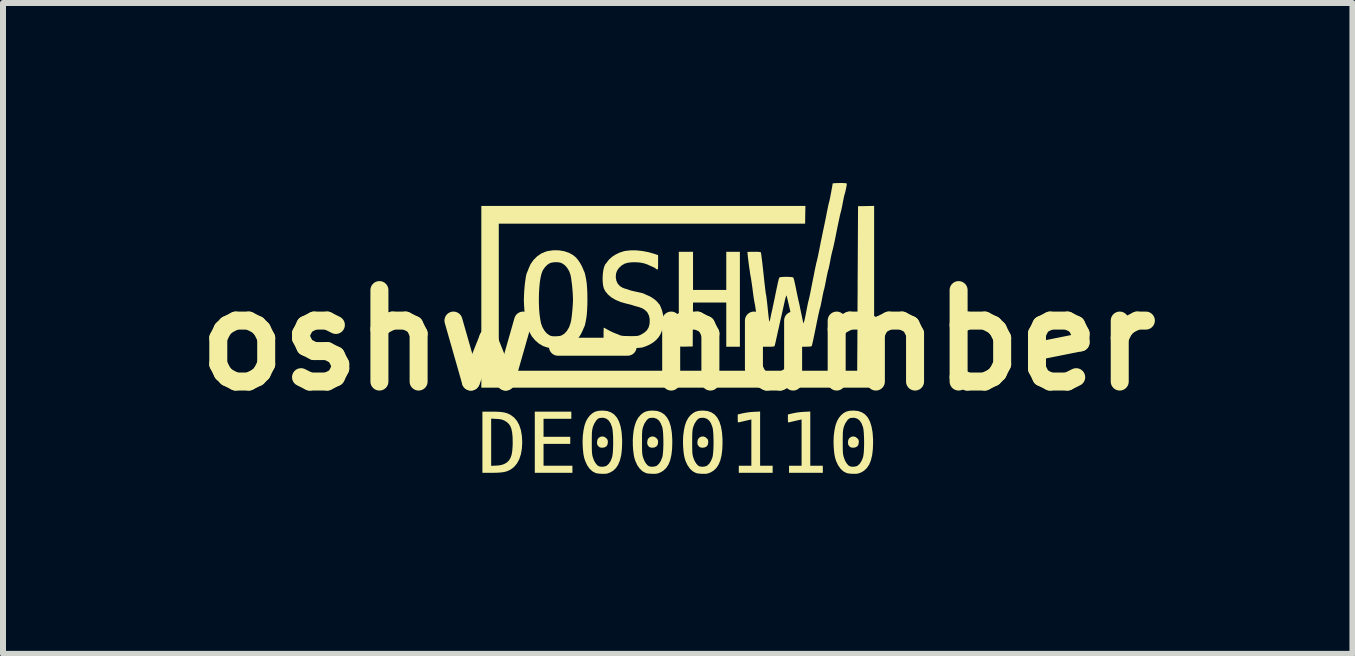
<source format=kicad_pcb>
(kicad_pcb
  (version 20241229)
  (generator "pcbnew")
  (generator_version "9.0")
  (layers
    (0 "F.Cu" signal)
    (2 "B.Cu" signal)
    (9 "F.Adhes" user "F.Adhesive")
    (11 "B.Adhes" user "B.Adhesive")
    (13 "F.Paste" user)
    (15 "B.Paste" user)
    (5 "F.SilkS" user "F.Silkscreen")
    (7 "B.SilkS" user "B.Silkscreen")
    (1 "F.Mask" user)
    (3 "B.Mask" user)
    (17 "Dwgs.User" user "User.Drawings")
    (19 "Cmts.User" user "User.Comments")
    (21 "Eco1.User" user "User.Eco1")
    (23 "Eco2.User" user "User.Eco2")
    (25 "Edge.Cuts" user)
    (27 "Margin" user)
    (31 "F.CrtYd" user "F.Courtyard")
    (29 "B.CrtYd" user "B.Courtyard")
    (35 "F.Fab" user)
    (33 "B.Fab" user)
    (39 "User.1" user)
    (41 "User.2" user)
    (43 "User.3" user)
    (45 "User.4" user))
  (footprint "oshw-number"
    (layer "F.Cu")
    (at 8.244 2.619)
    (property "Reference" "oshw-number" (at 0 0 0) (layer "F.SilkS") (effects (font (size 1.524 1.524) (thickness 0.3))))
    (attr board_only exclude_from_pos_files exclude_from_bom)
    (fp_poly (pts (xy -1.773 1.31) (xy -2.236 1.31) (xy -2.236 1.61) (xy -1.791 1.61) (xy -1.791 1.728) (xy -2.236 1.728) (xy -2.236 2.092) (xy -1.755 2.092) (xy -1.755 2.21) (xy -2.382 2.21) (xy -2.382 1.191) (xy -1.773 1.191)) (stroke (width 0) (type solid)) (fill yes) (layer "F.SilkS"))
    (fp_poly (pts (xy -1.217 1.613) (xy -1.189 1.635) (xy -1.172 1.655) (xy -1.165 1.678) (xy -1.164 1.701) (xy -1.171 1.742) (xy -1.191 1.771) (xy -1.224 1.788) (xy -1.258 1.792) (xy -1.288 1.789) (xy -1.309 1.78) (xy -1.323 1.767) (xy -1.34 1.743) (xy -1.345 1.711) (xy -1.345 1.704) (xy -1.339 1.66) (xy -1.319 1.629) (xy -1.286 1.609) (xy -1.25 1.604)) (stroke (width 0) (type solid)) (fill yes) (layer "F.SilkS"))
    (fp_poly (pts (xy -0.381 1.613) (xy -0.352 1.635) (xy -0.336 1.655) (xy -0.328 1.678) (xy -0.327 1.701) (xy -0.334 1.742) (xy -0.355 1.771) (xy -0.388 1.788) (xy -0.421 1.792) (xy -0.452 1.789) (xy -0.473 1.78) (xy -0.487 1.767) (xy -0.503 1.743) (xy -0.509 1.711) (xy -0.509 1.704) (xy -0.502 1.66) (xy -0.483 1.629) (xy -0.449 1.609) (xy -0.413 1.604)) (stroke (width 0) (type solid)) (fill yes) (layer "F.SilkS"))
    (fp_poly (pts (xy 0.455 1.613) (xy 0.484 1.635) (xy 0.501 1.655) (xy 0.508 1.678) (xy 0.509 1.701) (xy 0.502 1.742) (xy 0.482 1.771) (xy 0.448 1.788) (xy 0.415 1.792) (xy 0.384 1.789) (xy 0.364 1.78) (xy 0.35 1.767) (xy 0.333 1.743) (xy 0.327 1.711) (xy 0.327 1.704) (xy 0.334 1.66) (xy 0.354 1.629) (xy 0.387 1.609) (xy 0.423 1.604)) (stroke (width 0) (type solid)) (fill yes) (layer "F.SilkS"))
    (fp_poly (pts (xy 2.964 1.613) (xy 2.993 1.635) (xy 3.01 1.655) (xy 3.017 1.678) (xy 3.018 1.701) (xy 3.011 1.742) (xy 2.991 1.771) (xy 2.957 1.788) (xy 2.924 1.792) (xy 2.894 1.789) (xy 2.873 1.78) (xy 2.859 1.767) (xy 2.842 1.743) (xy 2.837 1.711) (xy 2.836 1.704) (xy 2.843 1.66) (xy 2.863 1.629) (xy 2.896 1.609) (xy 2.932 1.604)) (stroke (width 0) (type solid)) (fill yes) (layer "F.SilkS"))
    (fp_poly (pts (xy 1.373 2.092) (xy 1.582 2.092) (xy 1.582 2.21) (xy 1.018 2.21) (xy 1.018 2.092) (xy 1.227 2.092) (xy 1.227 1.321) (xy 1.134 1.342) (xy 1.093 1.352) (xy 1.057 1.36) (xy 1.03 1.366) (xy 1.02 1.369) (xy 1.01 1.37) (xy 1.004 1.366) (xy 1.001 1.353) (xy 1 1.328) (xy 1 1.306) (xy 1 1.238) (xy 1.084 1.218) (xy 1.143 1.207) (xy 1.21 1.198) (xy 1.27 1.194) (xy 1.373 1.189)) (stroke (width 0) (type solid)) (fill yes) (layer "F.SilkS"))
    (fp_poly (pts (xy 2.209 2.092) (xy 2.418 2.092) (xy 2.418 2.21) (xy 1.855 2.21) (xy 1.855 2.092) (xy 2.064 2.092) (xy 2.064 1.321) (xy 1.97 1.342) (xy 1.929 1.352) (xy 1.893 1.36) (xy 1.867 1.366) (xy 1.857 1.369) (xy 1.846 1.37) (xy 1.84 1.366) (xy 1.837 1.353) (xy 1.836 1.328) (xy 1.836 1.306) (xy 1.836 1.238) (xy 1.92 1.218) (xy 1.979 1.207) (xy 2.046 1.198) (xy 2.107 1.194) (xy 2.209 1.189)) (stroke (width 0) (type solid)) (fill yes) (layer "F.SilkS"))
    (fp_poly (pts (xy 3.273 0.791) (xy -3.273 0.791) (xy -3.273 -2.237) (xy 2.128 -2.237) (xy 2.125 -2.089) (xy 2.123 -1.942) (xy -2.982 -1.942) (xy -2.982 0.509) (xy 2.991 0.509) (xy 2.992 0.293) (xy 2.992 0.257) (xy 2.993 0.203) (xy 2.993 0.134) (xy 2.994 0.051) (xy 2.994 -0.045) (xy 2.995 -0.152) (xy 2.995 -0.269) (xy 2.996 -0.395) (xy 2.996 -0.527) (xy 2.997 -0.666) (xy 2.998 -0.81) (xy 2.998 -0.956) (xy 2.999 -1.078) (xy 3.005 -2.233) (xy 3.139 -2.235) (xy 3.273 -2.238)) (stroke (width 0) (type solid)) (fill yes) (layer "F.SilkS"))
    (fp_poly (pts (xy 0.255 -0.837) (xy 0.809 -0.837) (xy 0.809 -1.473) (xy 1.036 -1.473) (xy 1.036 0.109) (xy 0.809 0.109) (xy 0.809 -0.627) (xy 0.255 -0.627) (xy 0.252 -0.261) (xy 0.25 0.105) (xy 0.14 0.107) (xy 0.097 0.108) (xy 0.061 0.107) (xy 0.036 0.106) (xy 0.025 0.103) (xy 0.025 0.103) (xy 0.024 0.093) (xy 0.023 0.067) (xy 0.022 0.025) (xy 0.021 -0.032) (xy 0.02 -0.101) (xy 0.02 -0.182) (xy 0.019 -0.273) (xy 0.019 -0.373) (xy 0.018 -0.481) (xy 0.018 -0.595) (xy 0.018 -0.688) (xy 0.018 -1.473) (xy 0.255 -1.473)) (stroke (width 0) (type solid)) (fill yes) (layer "F.SilkS"))
    (fp_poly (pts (xy -3.021 1.192) (xy -2.96 1.195) (xy -2.91 1.201) (xy -2.868 1.21) (xy -2.83 1.223) (xy -2.794 1.241) (xy -2.789 1.243) (xy -2.73 1.286) (xy -2.681 1.342) (xy -2.642 1.413) (xy -2.614 1.497) (xy -2.597 1.593) (xy -2.591 1.699) (xy -2.591 1.701) (xy -2.597 1.808) (xy -2.614 1.903) (xy -2.642 1.987) (xy -2.681 2.058) (xy -2.73 2.115) (xy -2.788 2.158) (xy -2.789 2.158) (xy -2.826 2.176) (xy -2.863 2.19) (xy -2.905 2.199) (xy -2.953 2.205) (xy -3.013 2.209) (xy -3.087 2.21) (xy -3.097 2.21) (xy -3.255 2.21) (xy -3.255 1.307) (xy -3.109 1.307) (xy -3.109 2.094) (xy -3.024 2.09) (xy -2.974 2.086) (xy -2.934 2.078) (xy -2.9 2.067) (xy -2.888 2.062) (xy -2.846 2.037) (xy -2.812 2.004) (xy -2.787 1.962) (xy -2.768 1.909) (xy -2.757 1.842) (xy -2.751 1.761) (xy -2.75 1.705) (xy -2.752 1.615) (xy -2.759 1.541) (xy -2.771 1.481) (xy -2.789 1.433) (xy -2.815 1.395) (xy -2.848 1.365) (xy -2.884 1.342) (xy -2.915 1.329) (xy -2.944 1.32) (xy -2.979 1.315) (xy -3.023 1.312) (xy -3.109 1.307) (xy -3.255 1.307) (xy -3.255 1.191) (xy -3.097 1.191)) (stroke (width 0) (type solid)) (fill yes) (layer "F.SilkS"))
    (fp_poly (pts (xy -1.177 1.18) (xy -1.113 1.202) (xy -1.059 1.238) (xy -1.014 1.289) (xy -0.979 1.355) (xy -0.952 1.437) (xy -0.935 1.534) (xy -0.927 1.646) (xy -0.926 1.701) (xy -0.93 1.817) (xy -0.942 1.917) (xy -0.963 2.003) (xy -0.992 2.074) (xy -1.029 2.131) (xy -1.076 2.175) (xy -1.121 2.202) (xy -1.153 2.215) (xy -1.18 2.223) (xy -1.21 2.227) (xy -1.251 2.227) (xy -1.255 2.227) (xy -1.297 2.225) (xy -1.337 2.221) (xy -1.367 2.214) (xy -1.37 2.213) (xy -1.422 2.185) (xy -1.47 2.141) (xy -1.51 2.083) (xy -1.542 2.013) (xy -1.559 1.96) (xy -1.571 1.901) (xy -1.579 1.829) (xy -1.584 1.751) (xy -1.585 1.701) (xy -1.432 1.701) (xy -1.432 1.767) (xy -1.431 1.818) (xy -1.43 1.857) (xy -1.427 1.888) (xy -1.424 1.913) (xy -1.419 1.935) (xy -1.412 1.958) (xy -1.411 1.962) (xy -1.391 2.013) (xy -1.365 2.055) (xy -1.337 2.087) (xy -1.314 2.101) (xy -1.279 2.109) (xy -1.237 2.108) (xy -1.199 2.099) (xy -1.184 2.092) (xy -1.149 2.06) (xy -1.118 2.013) (xy -1.094 1.952) (xy -1.094 1.951) (xy -1.087 1.916) (xy -1.081 1.867) (xy -1.078 1.807) (xy -1.076 1.742) (xy -1.076 1.673) (xy -1.077 1.607) (xy -1.081 1.545) (xy -1.086 1.493) (xy -1.093 1.454) (xy -1.095 1.448) (xy -1.119 1.385) (xy -1.15 1.339) (xy -1.187 1.309) (xy -1.232 1.294) (xy -1.272 1.294) (xy -1.302 1.297) (xy -1.323 1.305) (xy -1.343 1.322) (xy -1.357 1.337) (xy -1.39 1.388) (xy -1.412 1.44) (xy -1.418 1.464) (xy -1.423 1.486) (xy -1.427 1.511) (xy -1.43 1.541) (xy -1.431 1.579) (xy -1.432 1.629) (xy -1.432 1.694) (xy -1.432 1.701) (xy -1.585 1.701) (xy -1.585 1.673) (xy -1.582 1.599) (xy -1.582 1.598) (xy -1.57 1.502) (xy -1.553 1.421) (xy -1.529 1.353) (xy -1.497 1.296) (xy -1.457 1.248) (xy -1.457 1.248) (xy -1.416 1.213) (xy -1.372 1.19) (xy -1.32 1.177) (xy -1.256 1.173) (xy -1.251 1.173)) (stroke (width 0) (type solid)) (fill yes) (layer "F.SilkS"))
    (fp_poly (pts (xy -0.341 1.18) (xy -0.277 1.202) (xy -0.223 1.238) (xy -0.178 1.289) (xy -0.142 1.355) (xy -0.116 1.437) (xy -0.099 1.534) (xy -0.091 1.646) (xy -0.09 1.701) (xy -0.094 1.817) (xy -0.106 1.917) (xy -0.126 2.003) (xy -0.155 2.074) (xy -0.193 2.131) (xy -0.24 2.175) (xy -0.285 2.202) (xy -0.316 2.215) (xy -0.344 2.223) (xy -0.374 2.227) (xy -0.414 2.227) (xy -0.418 2.227) (xy -0.461 2.225) (xy -0.501 2.221) (xy -0.531 2.214) (xy -0.533 2.213) (xy -0.586 2.185) (xy -0.633 2.141) (xy -0.674 2.083) (xy -0.706 2.013) (xy -0.723 1.96) (xy -0.734 1.901) (xy -0.743 1.829) (xy -0.748 1.751) (xy -0.748 1.701) (xy -0.595 1.701) (xy -0.595 1.767) (xy -0.595 1.818) (xy -0.593 1.857) (xy -0.591 1.888) (xy -0.588 1.913) (xy -0.583 1.935) (xy -0.576 1.958) (xy -0.575 1.962) (xy -0.554 2.013) (xy -0.529 2.055) (xy -0.5 2.087) (xy -0.478 2.101) (xy -0.442 2.109) (xy -0.401 2.108) (xy -0.363 2.099) (xy -0.348 2.092) (xy -0.313 2.06) (xy -0.282 2.013) (xy -0.258 1.952) (xy -0.257 1.951) (xy -0.25 1.916) (xy -0.245 1.867) (xy -0.241 1.807) (xy -0.239 1.742) (xy -0.239 1.673) (xy -0.241 1.607) (xy -0.244 1.545) (xy -0.249 1.493) (xy -0.256 1.454) (xy -0.258 1.448) (xy -0.283 1.385) (xy -0.313 1.339) (xy -0.351 1.309) (xy -0.396 1.294) (xy -0.435 1.294) (xy -0.466 1.297) (xy -0.487 1.305) (xy -0.506 1.322) (xy -0.52 1.337) (xy -0.554 1.388) (xy -0.575 1.44) (xy -0.582 1.464) (xy -0.587 1.486) (xy -0.591 1.511) (xy -0.593 1.541) (xy -0.595 1.579) (xy -0.595 1.629) (xy -0.595 1.694) (xy -0.595 1.701) (xy -0.748 1.701) (xy -0.749 1.673) (xy -0.745 1.599) (xy -0.745 1.598) (xy -0.734 1.502) (xy -0.716 1.421) (xy -0.692 1.353) (xy -0.661 1.296) (xy -0.621 1.248) (xy -0.621 1.248) (xy -0.58 1.213) (xy -0.535 1.19) (xy -0.483 1.177) (xy -0.419 1.173) (xy -0.414 1.173)) (stroke (width 0) (type solid)) (fill yes) (layer "F.SilkS"))
    (fp_poly (pts (xy 0.496 1.18) (xy 0.559 1.202) (xy 0.614 1.238) (xy 0.658 1.289) (xy 0.694 1.355) (xy 0.72 1.437) (xy 0.738 1.534) (xy 0.746 1.646) (xy 0.747 1.701) (xy 0.743 1.817) (xy 0.731 1.917) (xy 0.71 2.003) (xy 0.681 2.074) (xy 0.643 2.131) (xy 0.596 2.175) (xy 0.551 2.202) (xy 0.52 2.215) (xy 0.493 2.223) (xy 0.463 2.227) (xy 0.422 2.227) (xy 0.418 2.227) (xy 0.376 2.225) (xy 0.336 2.221) (xy 0.306 2.214) (xy 0.303 2.213) (xy 0.25 2.185) (xy 0.203 2.141) (xy 0.163 2.083) (xy 0.13 2.013) (xy 0.114 1.96) (xy 0.102 1.901) (xy 0.094 1.829) (xy 0.089 1.751) (xy 0.088 1.701) (xy 0.241 1.701) (xy 0.241 1.767) (xy 0.242 1.818) (xy 0.243 1.857) (xy 0.245 1.888) (xy 0.249 1.913) (xy 0.254 1.935) (xy 0.26 1.958) (xy 0.262 1.962) (xy 0.282 2.013) (xy 0.308 2.055) (xy 0.336 2.087) (xy 0.359 2.101) (xy 0.394 2.109) (xy 0.435 2.108) (xy 0.473 2.099) (xy 0.488 2.092) (xy 0.524 2.06) (xy 0.554 2.013) (xy 0.579 1.952) (xy 0.579 1.951) (xy 0.586 1.916) (xy 0.591 1.867) (xy 0.595 1.807) (xy 0.597 1.742) (xy 0.597 1.673) (xy 0.595 1.607) (xy 0.592 1.545) (xy 0.587 1.493) (xy 0.58 1.454) (xy 0.578 1.448) (xy 0.554 1.385) (xy 0.523 1.339) (xy 0.485 1.309) (xy 0.44 1.294) (xy 0.401 1.294) (xy 0.371 1.297) (xy 0.35 1.305) (xy 0.33 1.322) (xy 0.316 1.337) (xy 0.282 1.388) (xy 0.261 1.44) (xy 0.254 1.464) (xy 0.249 1.486) (xy 0.246 1.511) (xy 0.243 1.541) (xy 0.242 1.579) (xy 0.241 1.629) (xy 0.241 1.694) (xy 0.241 1.701) (xy 0.088 1.701) (xy 0.088 1.673) (xy 0.091 1.599) (xy 0.091 1.598) (xy 0.103 1.502) (xy 0.12 1.421) (xy 0.144 1.353) (xy 0.175 1.296) (xy 0.215 1.248) (xy 0.216 1.248) (xy 0.257 1.213) (xy 0.301 1.19) (xy 0.353 1.177) (xy 0.417 1.173) (xy 0.422 1.173)) (stroke (width 0) (type solid)) (fill yes) (layer "F.SilkS"))
    (fp_poly (pts (xy 3.005 1.18) (xy 3.068 1.202) (xy 3.123 1.238) (xy 3.168 1.289) (xy 3.203 1.355) (xy 3.229 1.437) (xy 3.247 1.534) (xy 3.255 1.646) (xy 3.256 1.701) (xy 3.252 1.817) (xy 3.24 1.917) (xy 3.219 2.003) (xy 3.19 2.074) (xy 3.152 2.131) (xy 3.105 2.175) (xy 3.061 2.202) (xy 3.029 2.215) (xy 3.002 2.223) (xy 2.972 2.227) (xy 2.931 2.227) (xy 2.927 2.227) (xy 2.885 2.225) (xy 2.845 2.221) (xy 2.815 2.214) (xy 2.812 2.213) (xy 2.759 2.185) (xy 2.712 2.141) (xy 2.672 2.083) (xy 2.639 2.013) (xy 2.623 1.96) (xy 2.611 1.901) (xy 2.603 1.829) (xy 2.598 1.751) (xy 2.597 1.701) (xy 2.75 1.701) (xy 2.75 1.767) (xy 2.751 1.818) (xy 2.752 1.857) (xy 2.754 1.888) (xy 2.758 1.913) (xy 2.763 1.935) (xy 2.77 1.958) (xy 2.771 1.962) (xy 2.791 2.013) (xy 2.817 2.055) (xy 2.845 2.087) (xy 2.868 2.101) (xy 2.903 2.109) (xy 2.945 2.108) (xy 2.983 2.099) (xy 2.997 2.092) (xy 3.033 2.06) (xy 3.063 2.013) (xy 3.088 1.952) (xy 3.088 1.951) (xy 3.095 1.916) (xy 3.101 1.867) (xy 3.104 1.807) (xy 3.106 1.742) (xy 3.106 1.673) (xy 3.104 1.607) (xy 3.101 1.545) (xy 3.096 1.493) (xy 3.089 1.454) (xy 3.087 1.448) (xy 3.063 1.385) (xy 3.032 1.339) (xy 2.994 1.309) (xy 2.949 1.294) (xy 2.91 1.294) (xy 2.88 1.297) (xy 2.859 1.305) (xy 2.839 1.322) (xy 2.825 1.337) (xy 2.791 1.388) (xy 2.77 1.44) (xy 2.763 1.464) (xy 2.758 1.486) (xy 2.755 1.511) (xy 2.752 1.541) (xy 2.751 1.579) (xy 2.75 1.629) (xy 2.75 1.694) (xy 2.75 1.701) (xy 2.597 1.701) (xy 2.597 1.673) (xy 2.6 1.599) (xy 2.6 1.598) (xy 2.612 1.502) (xy 2.629 1.421) (xy 2.653 1.353) (xy 2.685 1.296) (xy 2.724 1.248) (xy 2.725 1.248) (xy 2.766 1.213) (xy 2.81 1.19) (xy 2.862 1.177) (xy 2.926 1.173) (xy 2.931 1.173)) (stroke (width 0) (type solid)) (fill yes) (layer "F.SilkS"))
    (fp_poly (pts (xy -1.976 -1.497) (xy -1.889 -1.482) (xy -1.81 -1.455) (xy -1.74 -1.415) (xy -1.698 -1.38) (xy -1.663 -1.339) (xy -1.628 -1.288) (xy -1.599 -1.236) (xy -1.585 -1.205) (xy -1.572 -1.174) (xy -1.561 -1.148) (xy -1.554 -1.134) (xy -1.549 -1.119) (xy -1.542 -1.091) (xy -1.534 -1.052) (xy -1.526 -1.012) (xy -1.516 -0.945) (xy -1.51 -0.866) (xy -1.506 -0.777) (xy -1.505 -0.683) (xy -1.506 -0.59) (xy -1.51 -0.501) (xy -1.516 -0.421) (xy -1.525 -0.354) (xy -1.526 -0.353) (xy -1.534 -0.309) (xy -1.542 -0.271) (xy -1.549 -0.243) (xy -1.554 -0.23) (xy -1.562 -0.213) (xy -1.574 -0.186) (xy -1.586 -0.156) (xy -1.619 -0.09) (xy -1.663 -0.026) (xy -1.709 0.024) (xy -1.749 0.055) (xy -1.8 0.084) (xy -1.854 0.109) (xy -1.905 0.125) (xy -1.914 0.127) (xy -1.973 0.134) (xy -2.039 0.135) (xy -2.106 0.132) (xy -2.164 0.124) (xy -2.168 0.123) (xy -2.243 0.098) (xy -2.313 0.057) (xy -2.376 0.002) (xy -2.43 -0.062) (xy -2.471 -0.135) (xy -2.481 -0.162) (xy -2.493 -0.192) (xy -2.503 -0.217) (xy -2.509 -0.229) (xy -2.518 -0.254) (xy -2.528 -0.294) (xy -2.537 -0.346) (xy -2.545 -0.406) (xy -2.553 -0.473) (xy -2.558 -0.541) (xy -2.562 -0.609) (xy -2.564 -0.673) (xy -2.564 -0.678) (xy -2.563 -0.694) (xy -2.314 -0.694) (xy -2.313 -0.599) (xy -2.309 -0.505) (xy -2.301 -0.417) (xy -2.289 -0.337) (xy -2.277 -0.278) (xy -2.255 -0.217) (xy -2.223 -0.162) (xy -2.185 -0.116) (xy -2.141 -0.084) (xy -2.114 -0.071) (xy -2.086 -0.066) (xy -2.048 -0.065) (xy -2.007 -0.066) (xy -1.969 -0.07) (xy -1.942 -0.076) (xy -1.942 -0.076) (xy -1.89 -0.107) (xy -1.847 -0.154) (xy -1.811 -0.214) (xy -1.786 -0.285) (xy -1.777 -0.323) (xy -1.767 -0.388) (xy -1.759 -0.464) (xy -1.752 -0.544) (xy -1.747 -0.621) (xy -1.745 -0.683) (xy -1.747 -0.731) (xy -1.75 -0.789) (xy -1.755 -0.853) (xy -1.761 -0.917) (xy -1.769 -0.978) (xy -1.776 -1.032) (xy -1.784 -1.073) (xy -1.786 -1.086) (xy -1.81 -1.152) (xy -1.845 -1.209) (xy -1.887 -1.254) (xy -1.935 -1.285) (xy -1.938 -1.286) (xy -1.978 -1.297) (xy -2.026 -1.3) (xy -2.076 -1.297) (xy -2.119 -1.288) (xy -2.132 -1.283) (xy -2.172 -1.257) (xy -2.211 -1.218) (xy -2.244 -1.171) (xy -2.253 -1.154) (xy -2.271 -1.105) (xy -2.286 -1.042) (xy -2.298 -0.966) (xy -2.306 -0.881) (xy -2.312 -0.789) (xy -2.314 -0.694) (xy -2.563 -0.694) (xy -2.562 -0.737) (xy -2.559 -0.802) (xy -2.554 -0.868) (xy -2.548 -0.933) (xy -2.54 -0.993) (xy -2.532 -1.047) (xy -2.524 -1.09) (xy -2.515 -1.12) (xy -2.509 -1.132) (xy -2.503 -1.146) (xy -2.493 -1.17) (xy -2.487 -1.188) (xy -2.453 -1.266) (xy -2.404 -1.336) (xy -2.344 -1.396) (xy -2.275 -1.444) (xy -2.199 -1.476) (xy -2.162 -1.486) (xy -2.067 -1.499)) (stroke (width 0) (type solid)) (fill yes) (layer "F.SilkS"))
    (fp_poly (pts (xy -0.69 -1.497) (xy -0.589 -1.486) (xy -0.488 -1.467) (xy -0.391 -1.439) (xy -0.384 -1.437) (xy -0.327 -1.417) (xy -0.327 -1.296) (xy -0.327 -1.247) (xy -0.328 -1.214) (xy -0.33 -1.193) (xy -0.333 -1.182) (xy -0.338 -1.179) (xy -0.345 -1.179) (xy -0.345 -1.18) (xy -0.36 -1.186) (xy -0.364 -1.191) (xy -0.371 -1.198) (xy -0.391 -1.209) (xy -0.42 -1.223) (xy -0.42 -1.223) (xy -0.456 -1.239) (xy -0.492 -1.255) (xy -0.514 -1.265) (xy -0.567 -1.282) (xy -0.63 -1.294) (xy -0.698 -1.299) (xy -0.765 -1.298) (xy -0.828 -1.291) (xy -0.879 -1.277) (xy -0.886 -1.274) (xy -0.935 -1.245) (xy -0.977 -1.206) (xy -1.009 -1.161) (xy -1.027 -1.114) (xy -1.033 -1.051) (xy -1.023 -0.992) (xy -0.999 -0.941) (xy -0.962 -0.9) (xy -0.918 -0.874) (xy -0.891 -0.863) (xy -0.87 -0.856) (xy -0.863 -0.855) (xy -0.848 -0.851) (xy -0.826 -0.843) (xy -0.824 -0.842) (xy -0.801 -0.834) (xy -0.767 -0.824) (xy -0.729 -0.815) (xy -0.723 -0.814) (xy -0.658 -0.8) (xy -0.61 -0.789) (xy -0.578 -0.781) (xy -0.561 -0.774) (xy -0.559 -0.773) (xy -0.546 -0.766) (xy -0.522 -0.755) (xy -0.495 -0.744) (xy -0.447 -0.72) (xy -0.399 -0.689) (xy -0.358 -0.656) (xy -0.333 -0.629) (xy -0.319 -0.611) (xy -0.309 -0.601) (xy -0.308 -0.6) (xy -0.299 -0.588) (xy -0.288 -0.564) (xy -0.273 -0.526) (xy -0.26 -0.49) (xy -0.24 -0.404) (xy -0.236 -0.314) (xy -0.246 -0.223) (xy -0.272 -0.134) (xy -0.292 -0.09) (xy -0.322 -0.044) (xy -0.365 0.002) (xy -0.416 0.043) (xy -0.471 0.075) (xy -0.473 0.076) (xy -0.51 0.093) (xy -0.547 0.107) (xy -0.574 0.117) (xy -0.577 0.118) (xy -0.607 0.124) (xy -0.651 0.128) (xy -0.705 0.131) (xy -0.764 0.132) (xy -0.824 0.132) (xy -0.882 0.131) (xy -0.933 0.128) (xy -0.972 0.123) (xy -1.009 0.117) (xy -1.042 0.109) (xy -1.064 0.103) (xy -1.067 0.102) (xy -1.086 0.094) (xy -1.116 0.084) (xy -1.136 0.077) (xy -1.169 0.067) (xy -1.199 0.057) (xy -1.211 0.053) (xy -1.236 0.043) (xy -1.236 -0.083) (xy -1.236 -0.128) (xy -1.235 -0.167) (xy -1.234 -0.194) (xy -1.233 -0.208) (xy -1.233 -0.209) (xy -1.224 -0.205) (xy -1.203 -0.194) (xy -1.173 -0.178) (xy -1.158 -0.169) (xy -1.119 -0.149) (xy -1.08 -0.13) (xy -1.047 -0.116) (xy -1.041 -0.114) (xy -1.007 -0.101) (xy -0.975 -0.088) (xy -0.964 -0.083) (xy -0.946 -0.077) (xy -0.922 -0.073) (xy -0.888 -0.07) (xy -0.842 -0.069) (xy -0.795 -0.068) (xy -0.743 -0.068) (xy -0.704 -0.069) (xy -0.676 -0.071) (xy -0.655 -0.075) (xy -0.637 -0.081) (xy -0.619 -0.089) (xy -0.609 -0.094) (xy -0.553 -0.128) (xy -0.513 -0.166) (xy -0.486 -0.21) (xy -0.471 -0.263) (xy -0.468 -0.283) (xy -0.467 -0.349) (xy -0.479 -0.409) (xy -0.504 -0.459) (xy -0.516 -0.474) (xy -0.55 -0.506) (xy -0.59 -0.531) (xy -0.64 -0.55) (xy -0.673 -0.559) (xy -0.706 -0.568) (xy -0.735 -0.576) (xy -0.75 -0.582) (xy -0.766 -0.587) (xy -0.796 -0.595) (xy -0.833 -0.604) (xy -0.859 -0.61) (xy -0.951 -0.636) (xy -1.034 -0.671) (xy -1.106 -0.713) (xy -1.164 -0.763) (xy -1.208 -0.817) (xy -1.232 -0.865) (xy -1.243 -0.909) (xy -1.25 -0.966) (xy -1.252 -1.029) (xy -1.249 -1.094) (xy -1.242 -1.154) (xy -1.231 -1.205) (xy -1.229 -1.212) (xy -1.218 -1.242) (xy -1.208 -1.264) (xy -1.202 -1.273) (xy -1.201 -1.273) (xy -1.193 -1.28) (xy -1.181 -1.297) (xy -1.179 -1.3) (xy -1.143 -1.346) (xy -1.093 -1.39) (xy -1.032 -1.429) (xy -0.965 -1.461) (xy -0.895 -1.483) (xy -0.871 -1.488) (xy -0.786 -1.497)) (stroke (width 0) (type solid)) (fill yes) (layer "F.SilkS"))
    (fp_poly (pts (xy 2.75 -2.619) (xy 2.784 -2.617) (xy 2.805 -2.615) (xy 2.816 -2.611) (xy 2.818 -2.606) (xy 2.816 -2.588) (xy 2.811 -2.558) (xy 2.804 -2.521) (xy 2.796 -2.485) (xy 2.788 -2.454) (xy 2.782 -2.434) (xy 2.782 -2.433) (xy 2.777 -2.417) (xy 2.77 -2.388) (xy 2.762 -2.348) (xy 2.753 -2.302) (xy 2.75 -2.287) (xy 2.741 -2.239) (xy 2.732 -2.195) (xy 2.724 -2.159) (xy 2.718 -2.136) (xy 2.717 -2.133) (xy 2.711 -2.112) (xy 2.702 -2.073) (xy 2.69 -2.016) (xy 2.674 -1.942) (xy 2.655 -1.85) (xy 2.633 -1.74) (xy 2.619 -1.669) (xy 2.608 -1.617) (xy 2.597 -1.569) (xy 2.588 -1.528) (xy 2.58 -1.499) (xy 2.578 -1.491) (xy 2.572 -1.468) (xy 2.563 -1.43) (xy 2.553 -1.384) (xy 2.544 -1.334) (xy 2.541 -1.319) (xy 2.532 -1.271) (xy 2.523 -1.229) (xy 2.516 -1.196) (xy 2.51 -1.176) (xy 2.509 -1.173) (xy 2.505 -1.159) (xy 2.498 -1.131) (xy 2.49 -1.092) (xy 2.48 -1.045) (xy 2.472 -1.004) (xy 2.462 -0.953) (xy 2.453 -0.907) (xy 2.445 -0.87) (xy 2.439 -0.845) (xy 2.436 -0.837) (xy 2.432 -0.823) (xy 2.426 -0.795) (xy 2.418 -0.757) (xy 2.409 -0.711) (xy 2.405 -0.691) (xy 2.396 -0.643) (xy 2.387 -0.6) (xy 2.38 -0.566) (xy 2.374 -0.545) (xy 2.373 -0.541) (xy 2.368 -0.527) (xy 2.361 -0.497) (xy 2.352 -0.457) (xy 2.341 -0.409) (xy 2.332 -0.364) (xy 2.318 -0.297) (xy 2.303 -0.223) (xy 2.288 -0.148) (xy 2.274 -0.08) (xy 2.269 -0.058) (xy 2.259 -0.008) (xy 2.249 0.035) (xy 2.241 0.07) (xy 2.235 0.092) (xy 2.233 0.099) (xy 2.22 0.104) (xy 2.19 0.107) (xy 2.141 0.109) (xy 2.118 0.109) (xy 2.076 0.109) (xy 2.041 0.108) (xy 2.018 0.107) (xy 2.009 0.106) (xy 2.009 0.106) (xy 2.007 0.09) (xy 2.002 0.063) (xy 1.995 0.029) (xy 1.987 -0.006) (xy 1.979 -0.036) (xy 1.974 -0.056) (xy 1.972 -0.059) (xy 1.968 -0.074) (xy 1.96 -0.103) (xy 1.95 -0.143) (xy 1.94 -0.191) (xy 1.932 -0.227) (xy 1.908 -0.337) (xy 1.886 -0.436) (xy 1.866 -0.524) (xy 1.849 -0.599) (xy 1.834 -0.661) (xy 1.823 -0.708) (xy 1.814 -0.739) (xy 1.812 -0.746) (xy 1.808 -0.742) (xy 1.802 -0.723) (xy 1.793 -0.692) (xy 1.783 -0.651) (xy 1.777 -0.623) (xy 1.763 -0.561) (xy 1.748 -0.49) (xy 1.731 -0.417) (xy 1.716 -0.352) (xy 1.714 -0.343) (xy 1.7 -0.279) (xy 1.684 -0.206) (xy 1.667 -0.133) (xy 1.653 -0.067) (xy 1.651 -0.06) (xy 1.64 -0.011) (xy 1.631 0.033) (xy 1.622 0.067) (xy 1.617 0.089) (xy 1.615 0.095) (xy 1.61 0.101) (xy 1.598 0.105) (xy 1.577 0.108) (xy 1.543 0.109) (xy 1.501 0.109) (xy 1.392 0.109) (xy 1.387 0.084) (xy 1.384 0.064) (xy 1.379 0.031) (xy 1.374 -0.008) (xy 1.372 -0.023) (xy 1.367 -0.063) (xy 1.361 -0.099) (xy 1.356 -0.126) (xy 1.354 -0.132) (xy 1.351 -0.148) (xy 1.345 -0.18) (xy 1.339 -0.224) (xy 1.331 -0.277) (xy 1.323 -0.337) (xy 1.319 -0.373) (xy 1.31 -0.435) (xy 1.302 -0.492) (xy 1.295 -0.542) (xy 1.289 -0.581) (xy 1.284 -0.606) (xy 1.282 -0.614) (xy 1.279 -0.631) (xy 1.273 -0.663) (xy 1.266 -0.707) (xy 1.259 -0.759) (xy 1.251 -0.816) (xy 1.25 -0.828) (xy 1.242 -0.887) (xy 1.234 -0.942) (xy 1.227 -0.991) (xy 1.221 -1.029) (xy 1.217 -1.053) (xy 1.216 -1.055) (xy 1.212 -1.078) (xy 1.206 -1.113) (xy 1.2 -1.158) (xy 1.192 -1.208) (xy 1.185 -1.262) (xy 1.178 -1.315) (xy 1.172 -1.365) (xy 1.167 -1.408) (xy 1.164 -1.442) (xy 1.162 -1.463) (xy 1.162 -1.469) (xy 1.173 -1.471) (xy 1.197 -1.472) (xy 1.233 -1.473) (xy 1.275 -1.473) (xy 1.325 -1.473) (xy 1.359 -1.471) (xy 1.378 -1.467) (xy 1.386 -1.462) (xy 1.39 -1.442) (xy 1.395 -1.404) (xy 1.402 -1.349) (xy 1.411 -1.277) (xy 1.421 -1.187) (xy 1.433 -1.079) (xy 1.436 -1.05) (xy 1.443 -0.981) (xy 1.451 -0.917) (xy 1.457 -0.86) (xy 1.463 -0.812) (xy 1.468 -0.777) (xy 1.472 -0.757) (xy 1.472 -0.755) (xy 1.476 -0.737) (xy 1.48 -0.703) (xy 1.486 -0.658) (xy 1.492 -0.604) (xy 1.498 -0.545) (xy 1.501 -0.516) (xy 1.507 -0.457) (xy 1.513 -0.405) (xy 1.518 -0.361) (xy 1.523 -0.329) (xy 1.526 -0.312) (xy 1.527 -0.309) (xy 1.532 -0.317) (xy 1.538 -0.338) (xy 1.543 -0.361) (xy 1.55 -0.395) (xy 1.559 -0.439) (xy 1.569 -0.484) (xy 1.572 -0.496) (xy 1.581 -0.538) (xy 1.591 -0.584) (xy 1.602 -0.637) (xy 1.615 -0.698) (xy 1.63 -0.772) (xy 1.648 -0.859) (xy 1.656 -0.896) (xy 1.666 -0.944) (xy 1.676 -0.986) (xy 1.684 -1.019) (xy 1.691 -1.039) (xy 1.693 -1.044) (xy 1.706 -1.049) (xy 1.733 -1.053) (xy 1.769 -1.055) (xy 1.809 -1.056) (xy 1.849 -1.055) (xy 1.885 -1.053) (xy 1.912 -1.049) (xy 1.925 -1.044) (xy 1.925 -1.044) (xy 1.929 -1.037) (xy 1.933 -1.025) (xy 1.939 -1.006) (xy 1.946 -0.977) (xy 1.954 -0.938) (xy 1.966 -0.884) (xy 1.978 -0.823) (xy 1.988 -0.774) (xy 1.999 -0.724) (xy 2.008 -0.681) (xy 2.014 -0.655) (xy 2.022 -0.621) (xy 2.032 -0.576) (xy 2.042 -0.526) (xy 2.05 -0.487) (xy 2.06 -0.439) (xy 2.07 -0.392) (xy 2.078 -0.352) (xy 2.083 -0.328) (xy 2.093 -0.278) (xy 2.104 -0.306) (xy 2.11 -0.323) (xy 2.118 -0.356) (xy 2.127 -0.399) (xy 2.137 -0.449) (xy 2.145 -0.492) (xy 2.155 -0.543) (xy 2.164 -0.589) (xy 2.172 -0.626) (xy 2.177 -0.65) (xy 2.18 -0.659) (xy 2.183 -0.671) (xy 2.19 -0.697) (xy 2.198 -0.735) (xy 2.208 -0.781) (xy 2.215 -0.818) (xy 2.236 -0.925) (xy 2.254 -1.015) (xy 2.269 -1.09) (xy 2.281 -1.152) (xy 2.291 -1.202) (xy 2.3 -1.241) (xy 2.306 -1.27) (xy 2.311 -1.292) (xy 2.315 -1.308) (xy 2.318 -1.319) (xy 2.323 -1.339) (xy 2.331 -1.373) (xy 2.34 -1.416) (xy 2.35 -1.466) (xy 2.355 -1.487) (xy 2.364 -1.535) (xy 2.373 -1.578) (xy 2.381 -1.621) (xy 2.39 -1.666) (xy 2.401 -1.716) (xy 2.413 -1.776) (xy 2.428 -1.849) (xy 2.437 -1.889) (xy 2.445 -1.929) (xy 2.456 -1.982) (xy 2.468 -2.041) (xy 2.48 -2.102) (xy 2.486 -2.135) (xy 2.497 -2.186) (xy 2.506 -2.232) (xy 2.514 -2.268) (xy 2.52 -2.292) (xy 2.523 -2.301) (xy 2.526 -2.312) (xy 2.531 -2.337) (xy 2.539 -2.372) (xy 2.547 -2.415) (xy 2.556 -2.461) (xy 2.564 -2.507) (xy 2.572 -2.548) (xy 2.578 -2.582) (xy 2.581 -2.604) (xy 2.582 -2.611) (xy 2.59 -2.614) (xy 2.614 -2.616) (xy 2.648 -2.618) (xy 2.691 -2.619) (xy 2.7 -2.619)) (stroke (width 0) (type solid)) (fill yes) (layer "F.SilkS")))
  (gr_rect
    (start -3 -3)
    (end 19.488 7.846)
    (stroke (width 0.1) (type default))
    (fill no)
    (layer "Edge.Cuts")))
</source>
